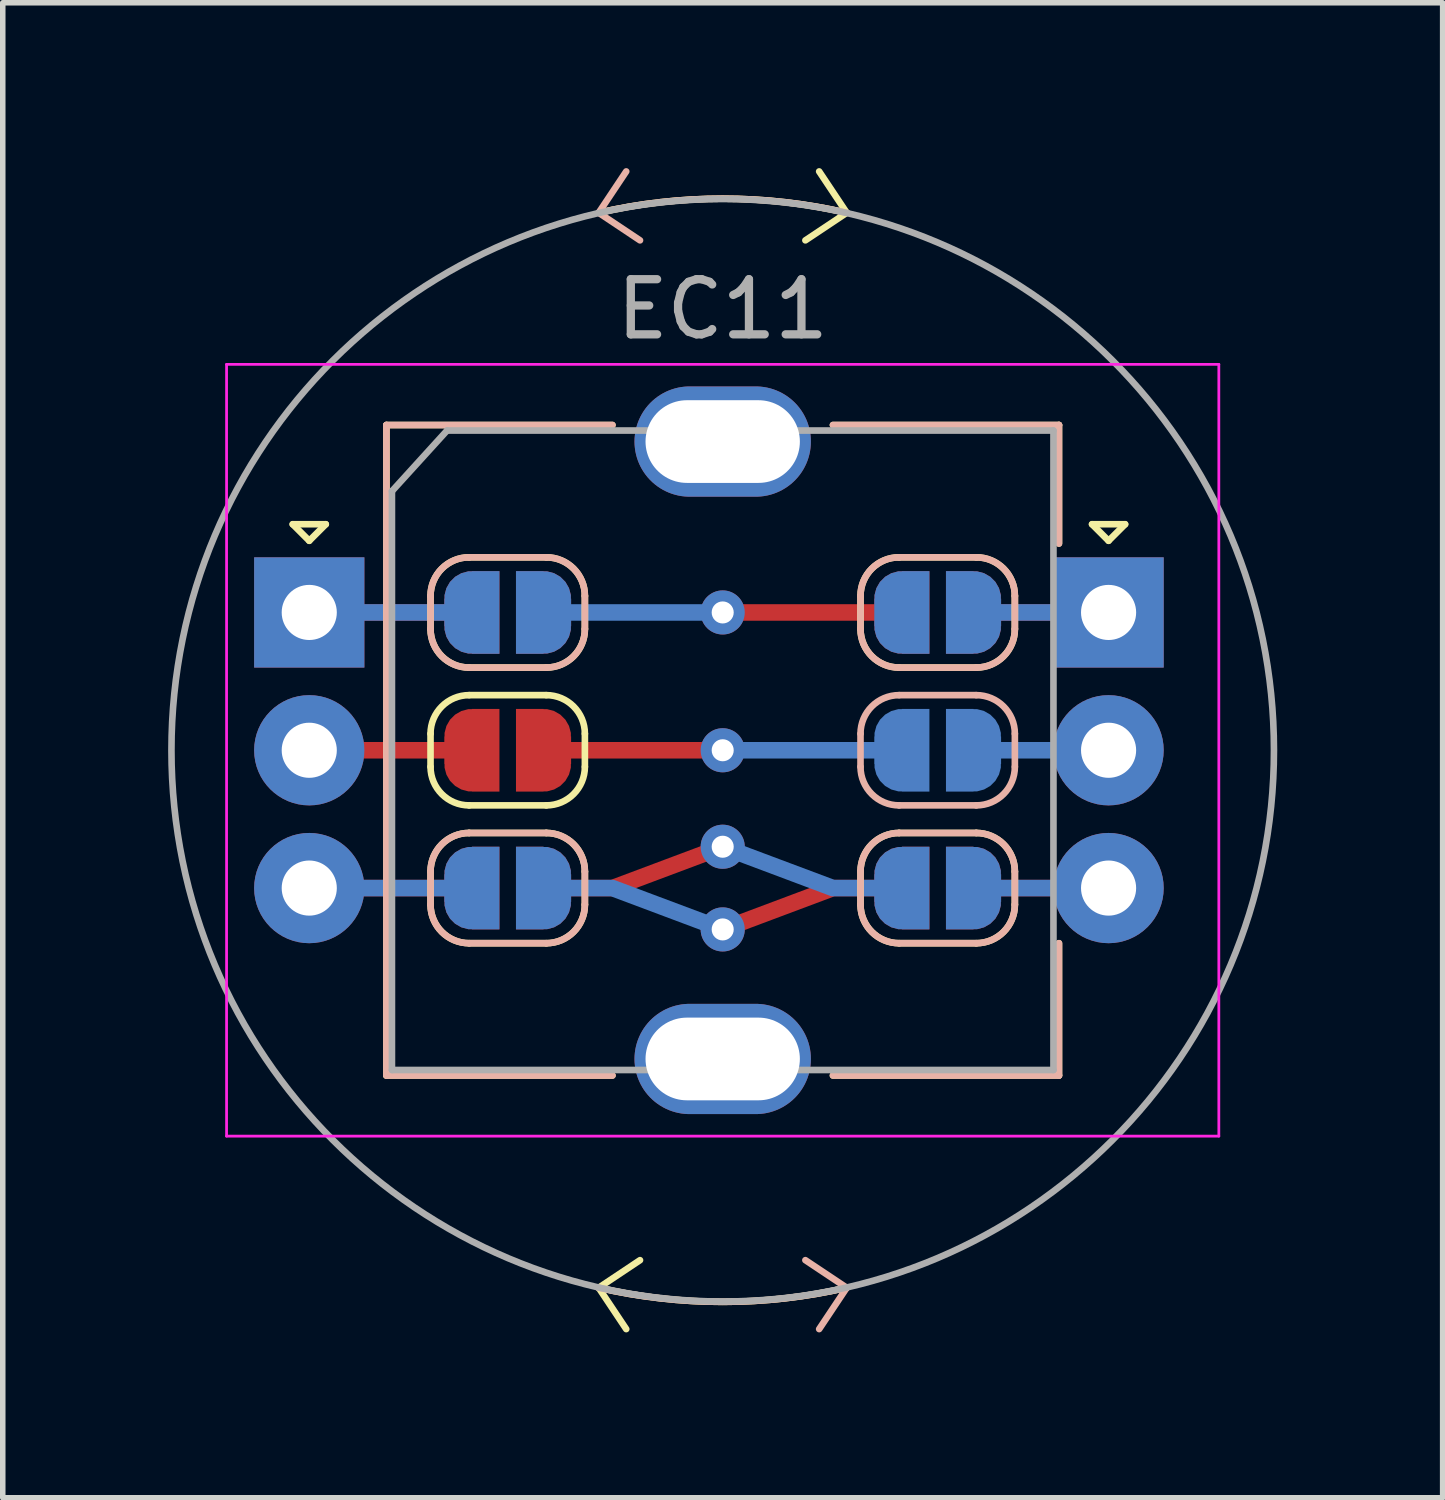
<source format=kicad_pcb>
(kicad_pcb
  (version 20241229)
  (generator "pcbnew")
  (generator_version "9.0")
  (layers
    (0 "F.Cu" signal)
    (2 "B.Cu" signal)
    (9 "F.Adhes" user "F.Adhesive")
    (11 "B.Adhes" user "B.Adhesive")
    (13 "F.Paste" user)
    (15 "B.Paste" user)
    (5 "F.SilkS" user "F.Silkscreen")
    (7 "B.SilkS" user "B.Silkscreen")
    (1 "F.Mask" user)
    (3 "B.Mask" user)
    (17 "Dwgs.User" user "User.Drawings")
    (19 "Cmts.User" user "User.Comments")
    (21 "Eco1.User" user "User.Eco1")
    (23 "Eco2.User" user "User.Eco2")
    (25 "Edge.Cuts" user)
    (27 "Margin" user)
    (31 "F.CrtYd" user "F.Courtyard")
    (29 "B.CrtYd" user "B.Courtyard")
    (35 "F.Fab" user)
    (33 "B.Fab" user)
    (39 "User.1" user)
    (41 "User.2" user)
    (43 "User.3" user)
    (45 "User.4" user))
  (footprint "EC11"
    (layer "F.Cu")
    (at 10.06 10.56)
    (property "Reference" "EC11" (at 0 -8 0) (unlocked yes) (layer "F.Fab") (effects (font (size 1 1) (thickness 0.15))))
    (attr through_hole)
    (fp_rect (start -4.55 -0.75) (end -3.25 0.75) (stroke (width 0) (type solid)) (fill yes) (layer "F.Mask"))
    (fp_rect (start -4.55 -3.25) (end -3.25 -1.75) (stroke (width 0) (type solid)) (fill yes) (layer "F.Mask"))
    (fp_rect (start -4.55 1.75) (end -3.25 3.25) (stroke (width 0) (type solid)) (fill yes) (layer "F.Mask"))
    (fp_rect (start 3.25 -3.25) (end 4.55 -1.75) (stroke (width 0) (type solid)) (fill yes) (layer "F.Mask"))
    (fp_rect (start 3.25 1.75) (end 4.55 3.25) (stroke (width 0) (type solid)) (fill yes) (layer "F.Mask"))
    (fp_circle (center 0 -2.5) (end 0.125 -2.5) (stroke (width 0.25) (type solid)) (fill no) (layer "F.Mask"))
    (fp_circle (center 0 0) (end 0.125 0) (stroke (width 0.25) (type solid)) (fill no) (layer "F.Mask"))
    (fp_circle (center 0 1.75) (end 0.125 1.75) (stroke (width 0.25) (type solid)) (fill no) (layer "F.Mask"))
    (fp_circle (center 0 3.25) (end 0.125 3.25) (stroke (width 0.25) (type solid)) (fill no) (layer "F.Mask"))
    (fp_rect (start -4.55 -3.25) (end -3.25 -1.75) (stroke (width 0) (type solid)) (fill yes) (layer "B.Mask"))
    (fp_rect (start -4.55 1.75) (end -3.25 3.25) (stroke (width 0) (type solid)) (fill yes) (layer "B.Mask"))
    (fp_rect (start 3.25 -3.25) (end 4.55 -1.75) (stroke (width 0) (type solid)) (fill yes) (layer "B.Mask"))
    (fp_rect (start 3.25 -0.75) (end 4.55 0.75) (stroke (width 0) (type solid)) (fill yes) (layer "B.Mask"))
    (fp_rect (start 3.25 1.75) (end 4.55 3.25) (stroke (width 0) (type solid)) (fill yes) (layer "B.Mask"))
    (fp_circle (center 0 -2.5) (end 0.125 -2.5) (stroke (width 0.25) (type solid)) (fill no) (layer "B.Mask"))
    (fp_circle (center 0 0) (end 0.125 0) (stroke (width 0.25) (type solid)) (fill no) (layer "B.Mask"))
    (fp_circle (center 0 1.75) (end 0.125 1.75) (stroke (width 0.25) (type solid)) (fill no) (layer "B.Mask"))
    (fp_circle (center 0 3.25) (end 0.125 3.25) (stroke (width 0.25) (type solid)) (fill no) (layer "B.Mask"))
    (fp_line (start -7.8 -4.1) (end -7.2 -4.1) (stroke (width 0.12) (type solid)) (layer "F.SilkS"))
    (fp_line (start -7.5 -3.8) (end -7.8 -4.1) (stroke (width 0.12) (type solid)) (layer "F.SilkS"))
    (fp_line (start -7.2 -4.1) (end -7.5 -3.8) (stroke (width 0.12) (type solid)) (layer "F.SilkS"))
    (fp_line (start -6.1 -5.9) (end -6.1 5.9) (stroke (width 0.12) (type solid)) (layer "F.SilkS"))
    (fp_line (start -5.3 0.3) (end -5.3 -0.3) (stroke (width 0.12) (type solid)) (layer "F.SilkS"))
    (fp_line (start -5.3 -2.2) (end -5.3 -2.8) (stroke (width 0.12) (type solid)) (layer "F.SilkS"))
    (fp_line (start -5.3 2.8) (end -5.3 2.2) (stroke (width 0.12) (type solid)) (layer "F.SilkS"))
    (fp_line (start -4.6 -1) (end -3.2 -1) (stroke (width 0.12) (type solid)) (layer "F.SilkS"))
    (fp_line (start -4.6 -3.5) (end -3.2 -3.5) (stroke (width 0.12) (type solid)) (layer "F.SilkS"))
    (fp_line (start -4.6 1.5) (end -3.2 1.5) (stroke (width 0.12) (type solid)) (layer "F.SilkS"))
    (fp_line (start -3.2 1) (end -4.6 1) (stroke (width 0.12) (type solid)) (layer "F.SilkS"))
    (fp_line (start -3.2 -1.5) (end -4.6 -1.5) (stroke (width 0.12) (type solid)) (layer "F.SilkS"))
    (fp_line (start -3.2 3.5) (end -4.6 3.5) (stroke (width 0.12) (type solid)) (layer "F.SilkS"))
    (fp_line (start -2.5 -0.3) (end -2.5 0.3) (stroke (width 0.12) (type solid)) (layer "F.SilkS"))
    (fp_line (start -2.5 -2.8) (end -2.5 -2.2) (stroke (width 0.12) (type solid)) (layer "F.SilkS"))
    (fp_line (start -2.5 2.2) (end -2.5 2.8) (stroke (width 0.12) (type solid)) (layer "F.SilkS"))
    (fp_line (start -2.25 9.75) (end -1.75 10.5) (stroke (width 0.12) (type solid)) (layer "F.SilkS"))
    (fp_line (start -2.25 9.75) (end -1.5 9.25) (stroke (width 0.12) (type solid)) (layer "F.SilkS"))
    (fp_line (start -2 -5.9) (end -6.1 -5.9) (stroke (width 0.12) (type solid)) (layer "F.SilkS"))
    (fp_line (start -2 5.9) (end -6.1 5.9) (stroke (width 0.12) (type solid)) (layer "F.SilkS"))
    (fp_line (start 2 -5.9) (end 6.1 -5.9) (stroke (width 0.12) (type solid)) (layer "F.SilkS"))
    (fp_line (start 2.25 -9.75) (end 1.5 -9.25) (stroke (width 0.12) (type solid)) (layer "F.SilkS"))
    (fp_line (start 2.25 -9.75) (end 1.75 -10.5) (stroke (width 0.12) (type solid)) (layer "F.SilkS"))
    (fp_line (start 2.5 -2.2) (end 2.5 -2.8) (stroke (width 0.12) (type solid)) (layer "F.SilkS"))
    (fp_line (start 2.5 2.8) (end 2.5 2.2) (stroke (width 0.12) (type solid)) (layer "F.SilkS"))
    (fp_line (start 3.2 -3.5) (end 4.6 -3.5) (stroke (width 0.12) (type solid)) (layer "F.SilkS"))
    (fp_line (start 3.2 1.5) (end 4.6 1.5) (stroke (width 0.12) (type solid)) (layer "F.SilkS"))
    (fp_line (start 4.6 -1.5) (end 3.2 -1.5) (stroke (width 0.12) (type solid)) (layer "F.SilkS"))
    (fp_line (start 4.6 3.5) (end 3.2 3.5) (stroke (width 0.12) (type solid)) (layer "F.SilkS"))
    (fp_line (start 5.3 -2.8) (end 5.3 -2.2) (stroke (width 0.12) (type solid)) (layer "F.SilkS"))
    (fp_line (start 5.3 2.2) (end 5.3 2.8) (stroke (width 0.12) (type solid)) (layer "F.SilkS"))
    (fp_line (start 6.1 -5.9) (end 6.1 -3.75) (stroke (width 0.12) (type solid)) (layer "F.SilkS"))
    (fp_line (start 6.1 3.5) (end 6.1 5.9) (stroke (width 0.12) (type solid)) (layer "F.SilkS"))
    (fp_line (start 6.1 5.9) (end 2 5.9) (stroke (width 0.12) (type solid)) (layer "F.SilkS"))
    (fp_line (start 6.7 -4.1) (end 7.3 -4.1) (stroke (width 0.12) (type solid)) (layer "F.SilkS"))
    (fp_line (start 7 -3.8) (end 6.7 -4.1) (stroke (width 0.12) (type solid)) (layer "F.SilkS"))
    (fp_line (start 7.3 -4.1) (end 7 -3.8) (stroke (width 0.12) (type solid)) (layer "F.SilkS"))
    (fp_arc (start -5.300001 -0.3) (mid -5.094976 -0.794975) (end -4.600001 -1) (stroke (width 0.12) (type solid)) (layer "F.SilkS"))
    (fp_arc (start -5.3 -2.8) (mid -5.094975 -3.294975) (end -4.6 -3.5) (stroke (width 0.12) (type solid)) (layer "F.SilkS"))
    (fp_arc (start -5.3 2.2) (mid -5.094975 1.705025) (end -4.6 1.5) (stroke (width 0.12) (type solid)) (layer "F.SilkS"))
    (fp_arc (start -4.600001 1) (mid -5.094976 0.794975) (end -5.300001 0.3) (stroke (width 0.12) (type solid)) (layer "F.SilkS"))
    (fp_arc (start -4.6 -1.5) (mid -5.094975 -1.705025) (end -5.3 -2.2) (stroke (width 0.12) (type solid)) (layer "F.SilkS"))
    (fp_arc (start -4.6 3.5) (mid -5.094975 3.294975) (end -5.3 2.8) (stroke (width 0.12) (type solid)) (layer "F.SilkS"))
    (fp_arc (start -3.200001 -1) (mid -2.705025 -0.794976) (end -2.500001 -0.3) (stroke (width 0.12) (type solid)) (layer "F.SilkS"))
    (fp_arc (start -3.2 -3.5) (mid -2.705025 -3.294975) (end -2.5 -2.8) (stroke (width 0.12) (type solid)) (layer "F.SilkS"))
    (fp_arc (start -3.2 1.5) (mid -2.705024 1.705024) (end -2.5 2.2) (stroke (width 0.12) (type solid)) (layer "F.SilkS"))
    (fp_arc (start -2.500001 0.3) (mid -2.705026 0.794975) (end -3.200001 1) (stroke (width 0.12) (type solid)) (layer "F.SilkS"))
    (fp_arc (start -2.5 -2.2) (mid -2.705025 -1.705025) (end -3.2 -1.5) (stroke (width 0.12) (type solid)) (layer "F.SilkS"))
    (fp_arc (start -2.5 2.8) (mid -2.705025 3.294975) (end -3.2 3.5) (stroke (width 0.12) (type solid)) (layer "F.SilkS"))
    (fp_arc (start -2.25 -9.75) (mid 0 -10.006248) (end 2.25 -9.75) (stroke (width 0.12) (type solid)) (layer "F.SilkS"))
    (fp_arc (start 2.25 9.75) (mid 0 10.006248) (end -2.25 9.75) (stroke (width 0.12) (type solid)) (layer "F.SilkS"))
    (fp_arc (start 2.5 -2.8) (mid 2.705025 -3.294975) (end 3.2 -3.5) (stroke (width 0.12) (type solid)) (layer "F.SilkS"))
    (fp_arc (start 2.5 2.2) (mid 2.705025 1.705025) (end 3.2 1.5) (stroke (width 0.12) (type solid)) (layer "F.SilkS"))
    (fp_arc (start 3.2 -1.5) (mid 2.705025 -1.705025) (end 2.5 -2.2) (stroke (width 0.12) (type solid)) (layer "F.SilkS"))
    (fp_arc (start 3.2 3.5) (mid 2.705025 3.294975) (end 2.5 2.8) (stroke (width 0.12) (type solid)) (layer "F.SilkS"))
    (fp_arc (start 4.6 -3.5) (mid 5.094975 -3.294975) (end 5.3 -2.8) (stroke (width 0.12) (type solid)) (layer "F.SilkS"))
    (fp_arc (start 4.6 1.5) (mid 5.094975 1.705025) (end 5.3 2.2) (stroke (width 0.12) (type solid)) (layer "F.SilkS"))
    (fp_arc (start 5.3 -2.2) (mid 5.094975 -1.705025) (end 4.6 -1.5) (stroke (width 0.12) (type solid)) (layer "F.SilkS"))
    (fp_arc (start 5.3 2.8) (mid 5.094975 3.294975) (end 4.6 3.5) (stroke (width 0.12) (type solid)) (layer "F.SilkS"))
    (fp_line (start -6.1 -5.9) (end -6.1 5.9) (stroke (width 0.12) (type solid)) (layer "B.SilkS"))
    (fp_line (start -5.3 -2.8) (end -5.3 -2.2) (stroke (width 0.12) (type solid)) (layer "B.SilkS"))
    (fp_line (start -5.3 2.2) (end -5.3 2.8) (stroke (width 0.12) (type solid)) (layer "B.SilkS"))
    (fp_line (start -4.6 -1.5) (end -3.2 -1.5) (stroke (width 0.12) (type solid)) (layer "B.SilkS"))
    (fp_line (start -4.6 3.5) (end -3.2 3.5) (stroke (width 0.12) (type solid)) (layer "B.SilkS"))
    (fp_line (start -3.2 -3.5) (end -4.6 -3.5) (stroke (width 0.12) (type solid)) (layer "B.SilkS"))
    (fp_line (start -3.2 1.5) (end -4.6 1.5) (stroke (width 0.12) (type solid)) (layer "B.SilkS"))
    (fp_line (start -2.5 -2.2) (end -2.5 -2.8) (stroke (width 0.12) (type solid)) (layer "B.SilkS"))
    (fp_line (start -2.5 2.8) (end -2.5 2.2) (stroke (width 0.12) (type solid)) (layer "B.SilkS"))
    (fp_line (start -2.25 -9.75) (end -1.75 -10.5) (stroke (width 0.12) (type solid)) (layer "B.SilkS"))
    (fp_line (start -2.25 -9.75) (end -1.5 -9.25) (stroke (width 0.12) (type solid)) (layer "B.SilkS"))
    (fp_line (start -2 -5.9) (end -6.1 -5.9) (stroke (width 0.12) (type solid)) (layer "B.SilkS"))
    (fp_line (start -2 5.9) (end -6.1 5.9) (stroke (width 0.12) (type solid)) (layer "B.SilkS"))
    (fp_line (start 2 -5.9) (end 6.1 -5.9) (stroke (width 0.12) (type solid)) (layer "B.SilkS"))
    (fp_line (start 2.25 9.75) (end 1.5 9.25) (stroke (width 0.12) (type solid)) (layer "B.SilkS"))
    (fp_line (start 2.25 9.75) (end 1.75 10.5) (stroke (width 0.12) (type solid)) (layer "B.SilkS"))
    (fp_line (start 2.5 -2.8) (end 2.5 -2.2) (stroke (width 0.12) (type solid)) (layer "B.SilkS"))
    (fp_line (start 2.5 -0.3) (end 2.5 0.3) (stroke (width 0.12) (type solid)) (layer "B.SilkS"))
    (fp_line (start 2.5 2.2) (end 2.5 2.8) (stroke (width 0.12) (type solid)) (layer "B.SilkS"))
    (fp_line (start 3.2 -1.5) (end 4.6 -1.5) (stroke (width 0.12) (type solid)) (layer "B.SilkS"))
    (fp_line (start 3.2 1) (end 4.6 1) (stroke (width 0.12) (type solid)) (layer "B.SilkS"))
    (fp_line (start 3.2 3.5) (end 4.6 3.5) (stroke (width 0.12) (type solid)) (layer "B.SilkS"))
    (fp_line (start 4.6 -3.5) (end 3.2 -3.5) (stroke (width 0.12) (type solid)) (layer "B.SilkS"))
    (fp_line (start 4.6 -1) (end 3.2 -1) (stroke (width 0.12) (type solid)) (layer "B.SilkS"))
    (fp_line (start 4.6 1.5) (end 3.2 1.5) (stroke (width 0.12) (type solid)) (layer "B.SilkS"))
    (fp_line (start 5.3 -2.2) (end 5.3 -2.8) (stroke (width 0.12) (type solid)) (layer "B.SilkS"))
    (fp_line (start 5.3 0.3) (end 5.3 -0.3) (stroke (width 0.12) (type solid)) (layer "B.SilkS"))
    (fp_line (start 5.3 2.8) (end 5.3 2.2) (stroke (width 0.12) (type solid)) (layer "B.SilkS"))
    (fp_line (start 6.1 -5.9) (end 6.1 -3.75) (stroke (width 0.12) (type solid)) (layer "B.SilkS"))
    (fp_line (start 6.1 3.5) (end 6.1 5.9) (stroke (width 0.12) (type solid)) (layer "B.SilkS"))
    (fp_line (start 6.1 5.9) (end 2 5.9) (stroke (width 0.12) (type solid)) (layer "B.SilkS"))
    (fp_arc (start -5.3 -2.8) (mid -5.094975 -3.294975) (end -4.6 -3.5) (stroke (width 0.12) (type solid)) (layer "B.SilkS"))
    (fp_arc (start -5.3 2.2) (mid -5.094975 1.705025) (end -4.6 1.5) (stroke (width 0.12) (type solid)) (layer "B.SilkS"))
    (fp_arc (start -4.6 -1.5) (mid -5.094975 -1.705025) (end -5.3 -2.2) (stroke (width 0.12) (type solid)) (layer "B.SilkS"))
    (fp_arc (start -4.6 3.5) (mid -5.094975 3.294975) (end -5.3 2.8) (stroke (width 0.12) (type solid)) (layer "B.SilkS"))
    (fp_arc (start -3.2 -3.5) (mid -2.705025 -3.294975) (end -2.5 -2.8) (stroke (width 0.12) (type solid)) (layer "B.SilkS"))
    (fp_arc (start -3.2 1.5) (mid -2.705025 1.705025) (end -2.5 2.2) (stroke (width 0.12) (type solid)) (layer "B.SilkS"))
    (fp_arc (start -2.5 -2.2) (mid -2.705025 -1.705025) (end -3.2 -1.5) (stroke (width 0.12) (type solid)) (layer "B.SilkS"))
    (fp_arc (start -2.5 2.8) (mid -2.705025 3.294975) (end -3.2 3.5) (stroke (width 0.12) (type solid)) (layer "B.SilkS"))
    (fp_arc (start -2.25 -9.75) (mid 0 -10.006248) (end 2.25 -9.75) (stroke (width 0.12) (type solid)) (layer "B.SilkS"))
    (fp_arc (start 2.25 9.75) (mid 0 10.006248) (end -2.25 9.75) (stroke (width 0.12) (type solid)) (layer "B.SilkS"))
    (fp_arc (start 2.5 -2.8) (mid 2.705025 -3.294975) (end 3.2 -3.5) (stroke (width 0.12) (type solid)) (layer "B.SilkS"))
    (fp_arc (start 2.5 -0.3) (mid 2.705024 -0.794976) (end 3.2 -1) (stroke (width 0.12) (type solid)) (layer "B.SilkS"))
    (fp_arc (start 2.5 2.2) (mid 2.705024 1.705024) (end 3.2 1.5) (stroke (width 0.12) (type solid)) (layer "B.SilkS"))
    (fp_arc (start 3.2 -1.5) (mid 2.705025 -1.705025) (end 2.5 -2.2) (stroke (width 0.12) (type solid)) (layer "B.SilkS"))
    (fp_arc (start 3.2 1) (mid 2.705025 0.794975) (end 2.5 0.3) (stroke (width 0.12) (type solid)) (layer "B.SilkS"))
    (fp_arc (start 3.2 3.5) (mid 2.705025 3.294975) (end 2.5 2.8) (stroke (width 0.12) (type solid)) (layer "B.SilkS"))
    (fp_arc (start 4.6 -3.5) (mid 5.094975 -3.294975) (end 5.3 -2.8) (stroke (width 0.12) (type solid)) (layer "B.SilkS"))
    (fp_arc (start 4.6 -1) (mid 5.094975 -0.794975) (end 5.3 -0.3) (stroke (width 0.12) (type solid)) (layer "B.SilkS"))
    (fp_arc (start 4.6 1.5) (mid 5.094975 1.705025) (end 5.3 2.2) (stroke (width 0.12) (type solid)) (layer "B.SilkS"))
    (fp_arc (start 5.3 -2.2) (mid 5.094975 -1.705025) (end 4.6 -1.5) (stroke (width 0.12) (type solid)) (layer "B.SilkS"))
    (fp_arc (start 5.3 0.3) (mid 5.094975 0.794975) (end 4.6 1) (stroke (width 0.12) (type solid)) (layer "B.SilkS"))
    (fp_arc (start 5.3 2.8) (mid 5.094975 3.294975) (end 4.6 3.5) (stroke (width 0.12) (type solid)) (layer "B.SilkS"))
    (fp_line (start -9 -7) (end -9 7) (stroke (width 0.05) (type solid)) (layer "F.CrtYd"))
    (fp_line (start -9 -7) (end 9 -7) (stroke (width 0.05) (type solid)) (layer "F.CrtYd"))
    (fp_line (start 9 7) (end -9 7) (stroke (width 0.05) (type solid)) (layer "F.CrtYd"))
    (fp_line (start 9 7) (end 9 -7) (stroke (width 0.05) (type solid)) (layer "F.CrtYd"))
    (fp_line (start -6 -4.7) (end -5 -5.8) (stroke (width 0.12) (type solid)) (layer "F.Fab"))
    (fp_line (start -6 5.8) (end -6 -4.7) (stroke (width 0.12) (type solid)) (layer "F.Fab"))
    (fp_line (start -5 -5.8) (end 6 -5.8) (stroke (width 0.12) (type solid)) (layer "F.Fab"))
    (fp_line (start 6 -5.8) (end 6 5.8) (stroke (width 0.12) (type solid)) (layer "F.Fab"))
    (fp_line (start 6 5.8) (end -6 5.8) (stroke (width 0.12) (type solid)) (layer "F.Fab"))
    (fp_circle (center 0 0) (end 10 0) (stroke (width 0.12) (type solid)) (fill no) (layer "F.Fab"))
    (pad "" thru_hole rect (at -7.5 -2.5) (size 2 2) (drill 1) (layers "*.Cu" "*.Mask"))
    (pad "" thru_hole circle (at -7.5 0) (size 2 2) (drill 1) (layers "*.Cu" "F.Mask"))
    (pad "" thru_hole circle (at -7.5 2.5) (size 2 2) (drill 1) (layers "*.Cu" "*.Mask"))
    (pad "" smd rect (at -6 -2.5) (size 3 0.3) (layers "F.Cu"))
    (pad "" smd rect (at -6 -2.5) (size 3 0.3) (layers "B.Cu"))
    (pad "" smd rect (at -6 0) (size 3 0.3) (layers "F.Cu"))
    (pad "" smd rect (at -6 2.5) (size 3 0.3) (layers "F.Cu"))
    (pad "" smd rect (at -6 2.5) (size 3 0.3) (layers "B.Cu"))
    (pad "" smd custom (at -4.55 0) (size 1 0.5) (layers "F.Cu" "F.Mask") (options (anchor rect)) (primitives (gr_circle (center 0 0.25) (end 0.5 0.25) (width 0) (fill yes)) (gr_circle (center 0 -0.25) (end 0.5 -0.25) (width 0) (fill yes)) (gr_poly (pts (xy 0.5 0.75) (xy 0 0.75) (xy 0 -0.75) (xy 0.5 -0.75)) (width 0) (fill yes))))
    (pad "" smd custom (at -4.55 -2.5) (size 1 0.5) (layers "F.Cu" "F.Mask") (options (anchor rect)) (primitives (gr_circle (center 0 0.25) (end 0.5 0.25) (width 0) (fill yes)) (gr_circle (center 0 -0.25) (end 0.5 -0.25) (width 0) (fill yes)) (gr_poly (pts (xy 0.5 0.75) (xy 0 0.75) (xy 0 -0.75) (xy 0.5 -0.75)) (width 0) (fill yes))))
    (pad "" smd custom (at -4.55 -2.5) (size 1 0.5) (layers "B.Cu" "B.Mask") (options (anchor rect)) (primitives (gr_circle (center 0 0.25) (end 0.5 0.25) (width 0) (fill yes)) (gr_circle (center 0 -0.25) (end 0.5 -0.25) (width 0) (fill yes)) (gr_poly (pts (xy 0 0.75) (xy 0.5 0.75) (xy 0.5 -0.75) (xy 0 -0.75)) (width 0) (fill yes))))
    (pad "" smd custom (at -4.55 2.5) (size 1 0.5) (layers "F.Cu" "F.Mask") (options (anchor rect)) (primitives (gr_circle (center 0 0.25) (end 0.5 0.25) (width 0) (fill yes)) (gr_circle (center 0 -0.25) (end 0.5 -0.25) (width 0) (fill yes)) (gr_poly (pts (xy 0.5 0.75) (xy 0 0.75) (xy 0 -0.75) (xy 0.5 -0.75)) (width 0) (fill yes))))
    (pad "" smd custom (at -4.55 2.5) (size 1 0.5) (layers "B.Cu" "B.Mask") (options (anchor rect)) (primitives (gr_circle (center 0 0.25) (end 0.5 0.25) (width 0) (fill yes)) (gr_circle (center 0 -0.25) (end 0.5 -0.25) (width 0) (fill yes)) (gr_poly (pts (xy 0 0.75) (xy 0.5 0.75) (xy 0.5 -0.75) (xy 0 -0.75)) (width 0) (fill yes))))
    (pad "" np_thru_hole oval (at 0 -5.6) (size 3.2 2) (drill oval 2.8 1.5) (layers "*.Cu" "*.Mask"))
    (pad "" np_thru_hole oval (at 0 5.6) (size 3.2 2) (drill oval 2.8 1.5) (layers "*.Cu" "*.Mask"))
    (pad "" smd custom (at 4.55 -2.5) (size 1 0.5) (layers "F.Cu" "F.Mask") (options (anchor rect)) (primitives (gr_circle (center 0 0.25) (end 0.5 0.25) (width 0) (fill yes)) (gr_circle (center 0 -0.25) (end 0.5 -0.25) (width 0) (fill yes)) (gr_poly (pts (xy 0 0.75) (xy -0.5 0.75) (xy -0.5 -0.75) (xy 0 -0.75)) (width 0) (fill yes))))
    (pad "" smd custom (at 4.55 -2.5) (size 1 0.5) (layers "B.Cu" "B.Mask") (options (anchor rect)) (primitives (gr_circle (center 0 0.25) (end 0.5 0.25) (width 0) (fill yes)) (gr_circle (center 0 -0.25) (end 0.5 -0.25) (width 0) (fill yes)) (gr_poly (pts (xy -0.5 0.75) (xy 0 0.75) (xy 0 -0.75) (xy -0.5 -0.75)) (width 0) (fill yes))))
    (pad "" smd custom (at 4.55 0) (size 1 0.5) (layers "B.Cu" "B.Mask") (options (anchor rect)) (primitives (gr_circle (center 0 0.25) (end 0.5 0.25) (width 0) (fill yes)) (gr_circle (center 0 -0.25) (end 0.5 -0.25) (width 0) (fill yes)) (gr_poly (pts (xy -0.5 0.75) (xy 0 0.75) (xy 0 -0.75) (xy -0.5 -0.75)) (width 0) (fill yes))))
    (pad "" smd custom (at 4.55 2.5) (size 1 0.5) (layers "F.Cu" "F.Mask") (options (anchor rect)) (primitives (gr_circle (center 0 0.25) (end 0.5 0.25) (width 0) (fill yes)) (gr_circle (center 0 -0.25) (end 0.5 -0.25) (width 0) (fill yes)) (gr_poly (pts (xy 0 0.75) (xy -0.5 0.75) (xy -0.5 -0.75) (xy 0 -0.75)) (width 0) (fill yes))))
    (pad "" smd custom (at 4.55 2.5) (size 1 0.5) (layers "B.Cu" "B.Mask") (options (anchor rect)) (primitives (gr_circle (center 0 0.25) (end 0.5 0.25) (width 0) (fill yes)) (gr_circle (center 0 -0.25) (end 0.5 -0.25) (width 0) (fill yes)) (gr_poly (pts (xy -0.5 0.75) (xy 0 0.75) (xy 0 -0.75) (xy -0.5 -0.75)) (width 0) (fill yes))))
    (pad "" smd rect (at 5.75 -2.5) (size 3 0.3) (layers "F.Cu"))
    (pad "" smd rect (at 5.75 -2.5) (size 3 0.3) (layers "B.Cu"))
    (pad "" smd rect (at 5.75 0) (size 3 0.3) (layers "B.Cu"))
    (pad "" smd rect (at 5.75 2.5) (size 3 0.3) (layers "F.Cu"))
    (pad "" smd rect (at 5.75 2.5) (size 3 0.3) (layers "B.Cu"))
    (pad "" thru_hole rect (at 7 -2.5) (size 2 2) (drill 1) (layers "*.Cu" "*.Mask"))
    (pad "" thru_hole circle (at 7 0) (size 2 2) (drill 1) (layers "*.Cu" "B.Mask"))
    (pad "" thru_hole circle (at 7 2.5) (size 2 2) (drill 1) (layers "*.Cu" "*.Mask"))
    (pad "A" smd custom (at -3.25 -2.5) (size 1 0.5) (layers "F.Cu" "F.Mask") (options (anchor rect)) (primitives (gr_poly (pts (xy 0 0.75) (xy -0.5 0.75) (xy -0.5 -0.75) (xy 0 -0.75)) (width 0) (fill yes)) (gr_circle (center 0 -0.25) (end 0.5 -0.25) (width 0) (fill yes)) (gr_circle (center 0 0.25) (end 0.5 0.25) (width 0) (fill yes))))
    (pad "A" smd custom (at 3.25 -2.5) (size 1 0.5) (layers "B.Cu" "B.Mask") (options (anchor rect)) (primitives (gr_circle (center 0 0.25) (end 0.5 0.25) (width 0) (fill yes)) (gr_circle (center 0 -0.25) (end 0.5 -0.25) (width 0) (fill yes)) (gr_poly (pts (xy 0 0.75) (xy 0.5 0.75) (xy 0.5 -0.75) (xy 0 -0.75)) (width 0) (fill yes))))
    (pad "B" smd custom (at -3.25 2.5) (size 1 0.5) (layers "F.Cu" "F.Mask") (options (anchor rect)) (primitives (gr_circle (center 0 0.25) (end 0.5 0.25) (width 0) (fill yes)) (gr_circle (center 0 -0.25) (end 0.5 -0.25) (width 0) (fill yes)) (gr_poly (pts (xy 0 0.75) (xy -0.5 0.75) (xy -0.5 -0.75) (xy 0 -0.75)) (width 0) (fill yes))))
    (pad "B" smd custom (at 0 1.75) (size 0.6 0.6) (layers "F.Cu") (options (anchor circle)) (primitives (gr_line (start -2 0.75) (end 0 0) (width 0.3)) (gr_line (start -3.25 0.75) (end -2 0.75) (width 0.3))))
    (pad "B" smd custom (at 0 1.75) (size 0.6 0.6) (layers "B.Cu") (options (anchor circle)) (primitives (gr_line (start 2 0.75) (end 0 0) (width 0.3)) (gr_line (start 3.25 0.75) (end 2 0.75) (width 0.3))))
    (pad "B" thru_hole circle (at 0 1.75 180) (size 0.8 0.8) (drill 0.4) (layers "*.Cu"))
    (pad "B" smd custom (at 3.25 2.5) (size 1 0.5) (layers "B.Cu" "B.Mask") (options (anchor rect)) (primitives (gr_circle (center 0 0.25) (end 0.5 0.25) (width 0) (fill yes)) (gr_circle (center 0 -0.25) (end 0.5 -0.25) (width 0) (fill yes)) (gr_poly (pts (xy 0 0.75) (xy 0.5 0.75) (xy 0.5 -0.75) (xy 0 -0.75)) (width 0) (fill yes))))
    (pad "C" smd custom (at -3.25 0) (size 1 0.5) (layers "F.Cu" "F.Mask") (options (anchor rect)) (primitives (gr_circle (center 0 0.25) (end 0.5 0.25) (width 0) (fill yes)) (gr_circle (center 0 -0.25) (end 0.5 -0.25) (width 0) (fill yes)) (gr_poly (pts (xy 0 0.75) (xy -0.5 0.75) (xy -0.5 -0.75) (xy 0 -0.75)) (width 0) (fill yes))))
    (pad "C" smd custom (at 0 0) (size 0.6 0.6) (layers "F.Cu") (options (anchor circle)) (primitives (gr_line (start 0 0) (end -3.25 0) (width 0.3))))
    (pad "C" smd custom (at 0 0) (size 0.6 0.6) (layers "B.Cu") (options (anchor circle)) (primitives (gr_line (start 0 0) (end 3.25 0) (width 0.3))))
    (pad "C" thru_hole circle (at 0 0 180) (size 0.8 0.8) (drill 0.4) (layers "*.Cu"))
    (pad "C" smd custom (at 3.25 0) (size 1 0.5) (layers "B.Cu" "B.Mask") (options (anchor rect)) (primitives (gr_circle (center 0 0.25) (end 0.5 0.25) (width 0) (fill yes)) (gr_circle (center 0 -0.25) (end 0.5 -0.25) (width 0) (fill yes)) (gr_poly (pts (xy 0 0.75) (xy 0.5 0.75) (xy 0.5 -0.75) (xy 0 -0.75)) (width 0) (fill yes))))
    (pad "S1" smd custom (at -3.25 2.5) (size 1 0.5) (layers "B.Cu" "B.Mask") (options (anchor rect)) (primitives (gr_circle (center 0 0.25) (end 0.5 0.25) (width 0) (fill yes)) (gr_circle (center 0 -0.25) (end 0.5 -0.25) (width 0) (fill yes)) (gr_poly (pts (xy -0.5 0.75) (xy 0 0.75) (xy 0 -0.75) (xy -0.5 -0.75)) (width 0) (fill yes))))
    (pad "S1" smd custom (at 0 3.25) (size 0.6 0.6) (layers "F.Cu") (options (anchor circle)) (primitives (gr_line (start 2 -0.75) (end 0 0) (width 0.3)) (gr_line (start 3.25 -0.75) (end 2 -0.75) (width 0.3))))
    (pad "S1" smd custom (at 0 3.25) (size 0.6 0.6) (layers "B.Cu") (options (anchor circle)) (primitives (gr_line (start -2 -0.75) (end 0 0) (width 0.3)) (gr_line (start -3.25 -0.75) (end -2 -0.75) (width 0.3))))
    (pad "S1" thru_hole circle (at 0 3.25 180) (size 0.8 0.8) (drill 0.4) (layers "*.Cu"))
    (pad "S1" smd custom (at 3.25 2.5) (size 1 0.5) (layers "F.Cu" "F.Mask") (options (anchor rect)) (primitives (gr_circle (center 0 0.25) (end 0.5 0.25) (width 0) (fill yes)) (gr_circle (center 0 -0.25) (end 0.5 -0.25) (width 0) (fill yes)) (gr_poly (pts (xy 0.5 0.75) (xy 0 0.75) (xy 0 -0.75) (xy 0.5 -0.75)) (width 0) (fill yes))))
    (pad "S2" smd custom (at -3.25 -2.5) (size 1 0.5) (layers "B.Cu" "B.Mask") (options (anchor rect)) (primitives (gr_circle (center 0 0.25) (end 0.5 0.25) (width 0) (fill yes)) (gr_circle (center 0 -0.25) (end 0.5 -0.25) (width 0) (fill yes)) (gr_poly (pts (xy -0.5 0.75) (xy 0 0.75) (xy 0 -0.75) (xy -0.5 -0.75)) (width 0) (fill yes))))
    (pad "S2" smd custom (at 0 -2.5) (size 0.6 0.6) (layers "F.Cu") (options (anchor circle)) (primitives (gr_line (start 3.25 0) (end 0 0) (width 0.3))))
    (pad "S2" smd custom (at 0 -2.5) (size 0.6 0.6) (layers "B.Cu") (options (anchor circle)) (primitives (gr_line (start -3.25 0) (end 0 0) (width 0.3))))
    (pad "S2" thru_hole circle (at 0 -2.5 180) (size 0.8 0.8) (drill 0.4) (layers "*.Cu"))
    (pad "S2" smd custom (at 3.25 -2.5) (size 1 0.5) (layers "F.Cu" "F.Mask") (options (anchor rect)) (primitives (gr_circle (center 0 0.25) (end 0.5 0.25) (width 0) (fill yes)) (gr_circle (center 0 -0.25) (end 0.5 -0.25) (width 0) (fill yes)) (gr_poly (pts (xy 0.5 0.75) (xy 0 0.75) (xy 0 -0.75) (xy 0.5 -0.75)) (width 0) (fill yes)))))
  (gr_rect
    (start -3 -3)
    (end 23.12 24.12)
    (stroke (width 0.1) (type default))
    (fill no)
    (layer "Edge.Cuts")))
</source>
